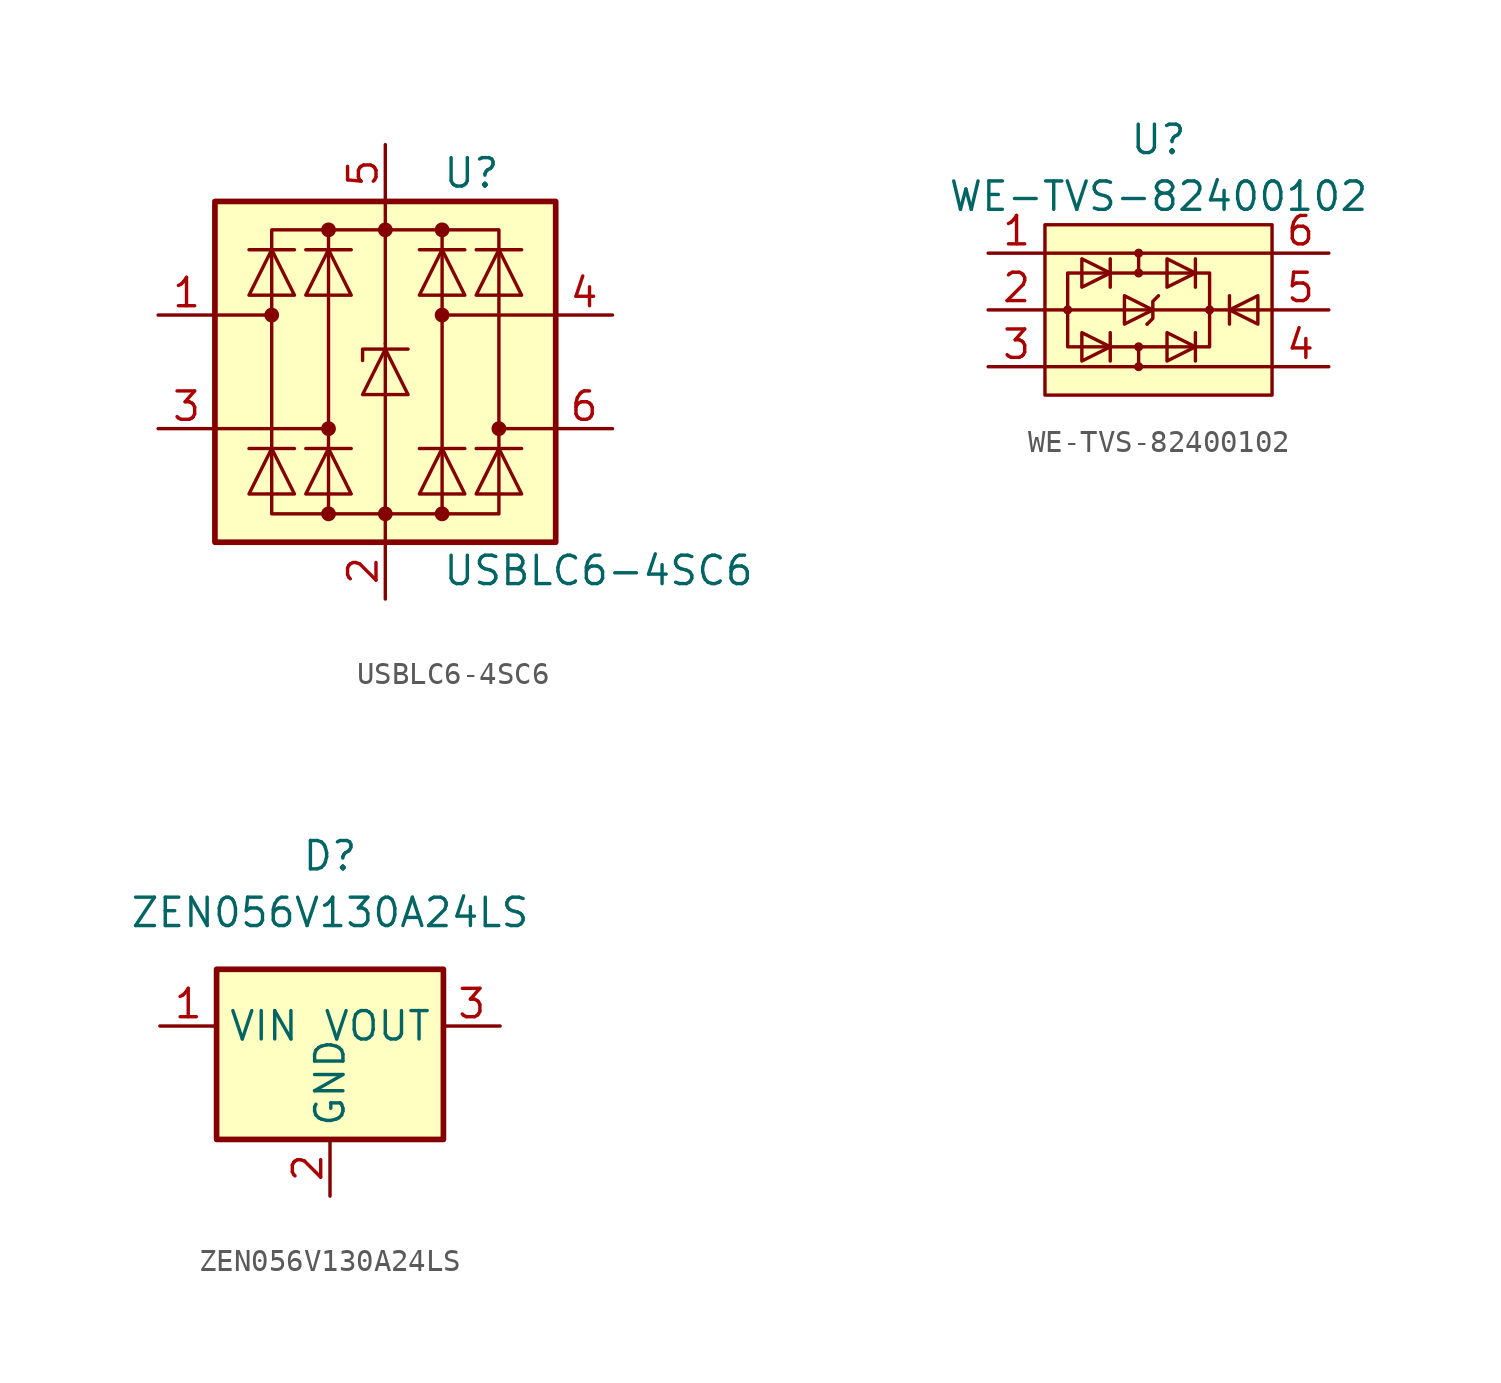
<source format=kicad_sym>
(kicad_symbol_lib
  (version 20201005)
  (generator kicad_symbol_editor)
  (symbol "Power_Protection:USBLC6-4SC6"
    (pin_names hide)
    (property "Reference" "U"
      (at 2.54 8.89 0)
      (effects (font (size 1.27 1.27)) (justify left)))
    (property "Value" "USBLC6-4SC6"
      (at 2.54 -8.89 0)
      (effects (font (size 1.27 1.27)) (justify left)))
    (symbol "USBLC6-4SC6_0_1"
      (circle (center -5.08 2.54) (radius 0.254) (stroke (width 0)) (fill (type outline)))
      (circle (center -2.54 -6.35) (radius 0.254) (stroke (width 0)) (fill (type outline)))
      (circle (center -2.54 -2.54) (radius 0.254) (stroke (width 0)) (fill (type outline)))
      (circle (center -2.54 6.35) (radius 0.254) (stroke (width 0)) (fill (type outline)))
      (circle (center 0 -6.35) (radius 0.254) (stroke (width 0)) (fill (type outline)))
      (circle (center 0 6.35) (radius 0.254) (stroke (width 0)) (fill (type outline)))
      (circle (center 2.54 -6.35) (radius 0.254) (stroke (width 0)) (fill (type outline)))
      (circle (center 2.54 2.54) (radius 0.254) (stroke (width 0)) (fill (type outline)))
      (circle (center 2.54 6.35) (radius 0.254) (stroke (width 0)) (fill (type outline)))
      (circle (center 5.08 -2.54) (radius 0.254) (stroke (width 0)) (fill (type outline)))
      (rectangle (start -7.62 -7.62) (end 7.62 7.62) (stroke (width 0.254)) (fill (type background)))
      (rectangle (start -2.54 6.35) (end 2.54 -6.35) (stroke (width 0)) (fill (type none)))
      (polyline (pts (xy -5.08 2.54) (xy -7.62 2.54)) (stroke (width 0)) (fill (type none)))
      (polyline (pts (xy -4.064 -3.429) (xy -6.096 -3.429)) (stroke (width 0)) (fill (type none)))
      (polyline (pts (xy -4.064 5.461) (xy -6.096 5.461)) (stroke (width 0)) (fill (type none)))
      (polyline (pts (xy -2.54 -2.54) (xy -7.62 -2.54)) (stroke (width 0)) (fill (type none)))
      (polyline (pts (xy -1.524 -3.429) (xy -3.556 -3.429)) (stroke (width 0)) (fill (type none)))
      (polyline (pts (xy -1.524 5.461) (xy -3.556 5.461)) (stroke (width 0)) (fill (type none)))
      (polyline (pts (xy 0 -7.62) (xy 0 -6.35)) (stroke (width 0)) (fill (type none)))
      (polyline (pts (xy 0 -6.35) (xy 0 1.27)) (stroke (width 0)) (fill (type none)))
      (polyline (pts (xy 0 1.27) (xy 0 6.35)) (stroke (width 0)) (fill (type none)))
      (polyline (pts (xy 0 6.35) (xy 0 7.62)) (stroke (width 0)) (fill (type none)))
      (polyline (pts (xy 1.524 -3.429) (xy 3.556 -3.429)) (stroke (width 0)) (fill (type none)))
      (polyline (pts (xy 1.524 5.461) (xy 3.556 5.461)) (stroke (width 0)) (fill (type none)))
      (polyline (pts (xy 2.54 2.54) (xy 7.62 2.54)) (stroke (width 0)) (fill (type none)))
      (polyline (pts (xy 4.064 -3.429) (xy 6.096 -3.429)) (stroke (width 0)) (fill (type none)))
      (polyline (pts (xy 4.064 5.461) (xy 6.096 5.461)) (stroke (width 0)) (fill (type none)))
      (polyline (pts (xy 5.08 -2.54) (xy 7.62 -2.54)) (stroke (width 0)) (fill (type none)))
      (polyline (pts (xy -6.096 -5.461) (xy -4.064 -5.461) (xy -5.08 -3.429) (xy -6.096 -5.461)) (stroke (width 0)) (fill (type none)))
      (polyline (pts (xy -6.096 3.429) (xy -4.064 3.429) (xy -5.08 5.461) (xy -6.096 3.429)) (stroke (width 0)) (fill (type none)))
      (polyline (pts (xy -3.556 -5.461) (xy -1.524 -5.461) (xy -2.54 -3.429) (xy -3.556 -5.461)) (stroke (width 0)) (fill (type none)))
      (polyline (pts (xy -3.556 3.429) (xy -1.524 3.429) (xy -2.54 5.461) (xy -3.556 3.429)) (stroke (width 0)) (fill (type none)))
      (polyline (pts (xy -2.54 6.35) (xy -5.08 6.35) (xy -5.08 -6.35) (xy -2.54 -6.35)) (stroke (width 0)) (fill (type none)))
      (polyline (pts (xy -1.016 -1.016) (xy 1.016 -1.016) (xy 0 1.016) (xy -1.016 -1.016)) (stroke (width 0)) (fill (type none)))
      (polyline (pts (xy 1.016 1.016) (xy 0.762 1.016) (xy -1.016 1.016) (xy -1.016 0.508)) (stroke (width 0)) (fill (type none)))
      (polyline (pts (xy 2.54 6.35) (xy 5.08 6.35) (xy 5.08 -6.35) (xy 2.54 -6.35)) (stroke (width 0)) (fill (type none)))
      (polyline (pts (xy 3.556 -5.461) (xy 1.524 -5.461) (xy 2.54 -3.429) (xy 3.556 -5.461)) (stroke (width 0)) (fill (type none)))
      (polyline (pts (xy 3.556 3.429) (xy 1.524 3.429) (xy 2.54 5.461) (xy 3.556 3.429)) (stroke (width 0)) (fill (type none)))
      (polyline (pts (xy 6.096 -5.461) (xy 4.064 -5.461) (xy 5.08 -3.429) (xy 6.096 -5.461)) (stroke (width 0)) (fill (type none)))
      (polyline (pts (xy 6.096 3.429) (xy 4.064 3.429) (xy 5.08 5.461) (xy 6.096 3.429)) (stroke (width 0)) (fill (type none))))
    (symbol "USBLC6-4SC6_1_1"
      (pin passive line (at -10.16 2.54 0) (length 2.54) (name "I/O1" (effects (font (size 1.27 1.27)))) (number "1" (effects (font (size 1.27 1.27)))))
      (pin passive line (at 0 -10.16 90) (length 2.54) (name "GND" (effects (font (size 1.27 1.27)))) (number "2" (effects (font (size 1.27 1.27)))))
      (pin passive line (at -10.16 -2.54 0) (length 2.54) (name "I/O2" (effects (font (size 1.27 1.27)))) (number "3" (effects (font (size 1.27 1.27)))))
      (pin passive line (at 10.16 2.54 180) (length 2.54) (name "I/O3" (effects (font (size 1.27 1.27)))) (number "4" (effects (font (size 1.27 1.27)))))
      (pin passive line (at 0 10.16 270) (length 2.54) (name "VBUS" (effects (font (size 1.27 1.27)))) (number "5" (effects (font (size 1.27 1.27)))))
      (pin passive line (at 10.16 -2.54 180) (length 2.54) (name "I/O4" (effects (font (size 1.27 1.27)))) (number "6" (effects (font (size 1.27 1.27)))))))
  (symbol "Power_Protection:WE-TVS-82400102"
    (property "Reference" "U"
      (at 0 7.62 0)
      (effects (font (size 1.27 1.27))))
    (property "Value" "WE-TVS-82400102"
      (at 0 5.08 0)
      (effects (font (size 1.27 1.27))))
    (symbol "WE-TVS-82400102_0_1"
      (circle (center -4.064 0) (radius 0.127) (stroke (width 0)) (fill (type none)))
      (circle (center -0.889 -2.54) (radius 0.127) (stroke (width 0)) (fill (type none)))
      (circle (center -0.889 -1.651) (radius 0.127) (stroke (width 0)) (fill (type none)))
      (circle (center -0.889 1.651) (radius 0.127) (stroke (width 0)) (fill (type none)))
      (circle (center -0.889 2.54) (radius 0.127) (stroke (width 0)) (fill (type none)))
      (circle (center 2.286 0) (radius 0.127) (stroke (width 0)) (fill (type none)))
      (rectangle (start -5.08 3.81) (end 5.08 -3.81) (stroke (width 0)) (fill (type background)))
      (rectangle (start -4.064 1.651) (end 2.286 -1.651) (stroke (width 0)) (fill (type none)))
      (polyline (pts (xy -5.08 -2.54) (xy 5.08 -2.54)) (stroke (width 0)) (fill (type none)))
      (polyline (pts (xy -5.08 2.54) (xy 5.08 2.54)) (stroke (width 0)) (fill (type none)))
      (polyline (pts (xy -4.064 0) (xy -5.08 0)) (stroke (width 0)) (fill (type none)))
      (polyline (pts (xy -4.064 0) (xy 2.286 0)) (stroke (width 0)) (fill (type outline)))
      (polyline (pts (xy -2.159 -1.016) (xy -2.159 -2.286)) (stroke (width 0)) (fill (type none)))
      (polyline (pts (xy -2.159 2.286) (xy -2.159 1.016)) (stroke (width 0)) (fill (type none)))
      (polyline (pts (xy -0.889 -1.651) (xy -0.889 -2.413)) (stroke (width 0)) (fill (type none)))
      (polyline (pts (xy -0.889 1.651) (xy -0.889 2.54)) (stroke (width 0)) (fill (type none)))
      (polyline (pts (xy -0.508 -0.635) (xy -0.508 -0.635)) (stroke (width 0)) (fill (type none)))
      (polyline (pts (xy 1.651 -1.016) (xy 1.651 -2.286)) (stroke (width 0)) (fill (type none)))
      (polyline (pts (xy 1.651 2.286) (xy 1.651 1.016)) (stroke (width 0)) (fill (type none)))
      (polyline (pts (xy 2.286 0) (xy 5.08 0)) (stroke (width 0)) (fill (type none)))
      (polyline (pts (xy -3.429 -1.016) (xy -3.429 -2.286) (xy -2.159 -1.651) (xy -3.429 -1.016)) (stroke (width 0)) (fill (type none)))
      (polyline (pts (xy -3.429 1.016) (xy -3.429 2.286) (xy -2.159 1.651) (xy -3.429 1.016)) (stroke (width 0)) (fill (type none)))
      (polyline (pts (xy 0 0.635) (xy -0.254 0.381) (xy -0.254 -0.381) (xy -0.508 -0.635)) (stroke (width 0)) (fill (type none)))
      (polyline (pts (xy 0.381 -1.016) (xy 0.381 -2.286) (xy 1.651 -1.651) (xy 0.381 -1.016)) (stroke (width 0)) (fill (type none)))
      (polyline (pts (xy 0.381 1.016) (xy 0.381 2.286) (xy 1.651 1.651) (xy 0.381 1.016)) (stroke (width 0)) (fill (type none))))
    (symbol "WE-TVS-82400102_1_1"
      (polyline (pts (xy 3.175 0.635) (xy 3.175 -0.635)) (stroke (width 0)) (fill (type none)))
      (polyline (pts (xy -1.524 0.635) (xy -1.524 -0.635) (xy -0.254 0) (xy -1.524 0.635)) (stroke (width 0)) (fill (type none)))
      (polyline (pts (xy 4.445 0.635) (xy 4.445 -0.635) (xy 3.175 0) (xy 4.445 0.635)) (stroke (width 0)) (fill (type none)))
      (pin passive line (at -7.62 2.54 0) (length 2.54) (name "~" (effects (font (size 1.27 1.27)))) (number "1" (effects (font (size 1.27 1.27)))))
      (pin passive line (at -7.62 0 0) (length 2.54) (name "~" (effects (font (size 1.27 1.27)))) (number "2" (effects (font (size 1.27 1.27)))))
      (pin passive line (at -7.62 -2.54 0) (length 2.54) (name "~" (effects (font (size 1.27 1.27)))) (number "3" (effects (font (size 1.27 1.27)))))
      (pin passive line (at 7.62 -2.54 180) (length 2.54) (name "~" (effects (font (size 1.27 1.27)))) (number "4" (effects (font (size 1.27 1.27)))))
      (pin passive line (at 7.62 0 180) (length 2.54) (name "~" (effects (font (size 1.27 1.27)))) (number "5" (effects (font (size 1.27 1.27)))))
      (pin passive line (at 7.62 2.54 180) (length 2.54) (name "~" (effects (font (size 1.27 1.27)))) (number "6" (effects (font (size 1.27 1.27)))))))
  (symbol "Power_Protection:ZEN056V130A24LS"
    (property "Reference" "D"
      (at 0 10.16 0)
      (effects (font (size 1.27 1.27))))
    (property "Value" "ZEN056V130A24LS"
      (at 0 7.62 0)
      (effects (font (size 1.27 1.27))))
    (symbol "ZEN056V130A24LS_0_1"
      (rectangle (start -5.08 5.08) (end 5.08 -2.54) (stroke (width 0.254)) (fill (type background))))
    (symbol "ZEN056V130A24LS_1_1"
      (pin passive line (at -7.62 2.54 0) (length 2.54) (name "VIN" (effects (font (size 1.27 1.27)))) (number "1" (effects (font (size 1.27 1.27)))))
      (pin power_in line (at 0 -5.08 90) (length 2.54) (name "GND" (effects (font (size 1.27 1.27)))) (number "2" (effects (font (size 1.27 1.27)))))
      (pin passive line (at 7.62 2.54 180) (length 2.54) (name "VOUT" (effects (font (size 1.27 1.27)))) (number "3" (effects (font (size 1.27 1.27))))))))
</source>
